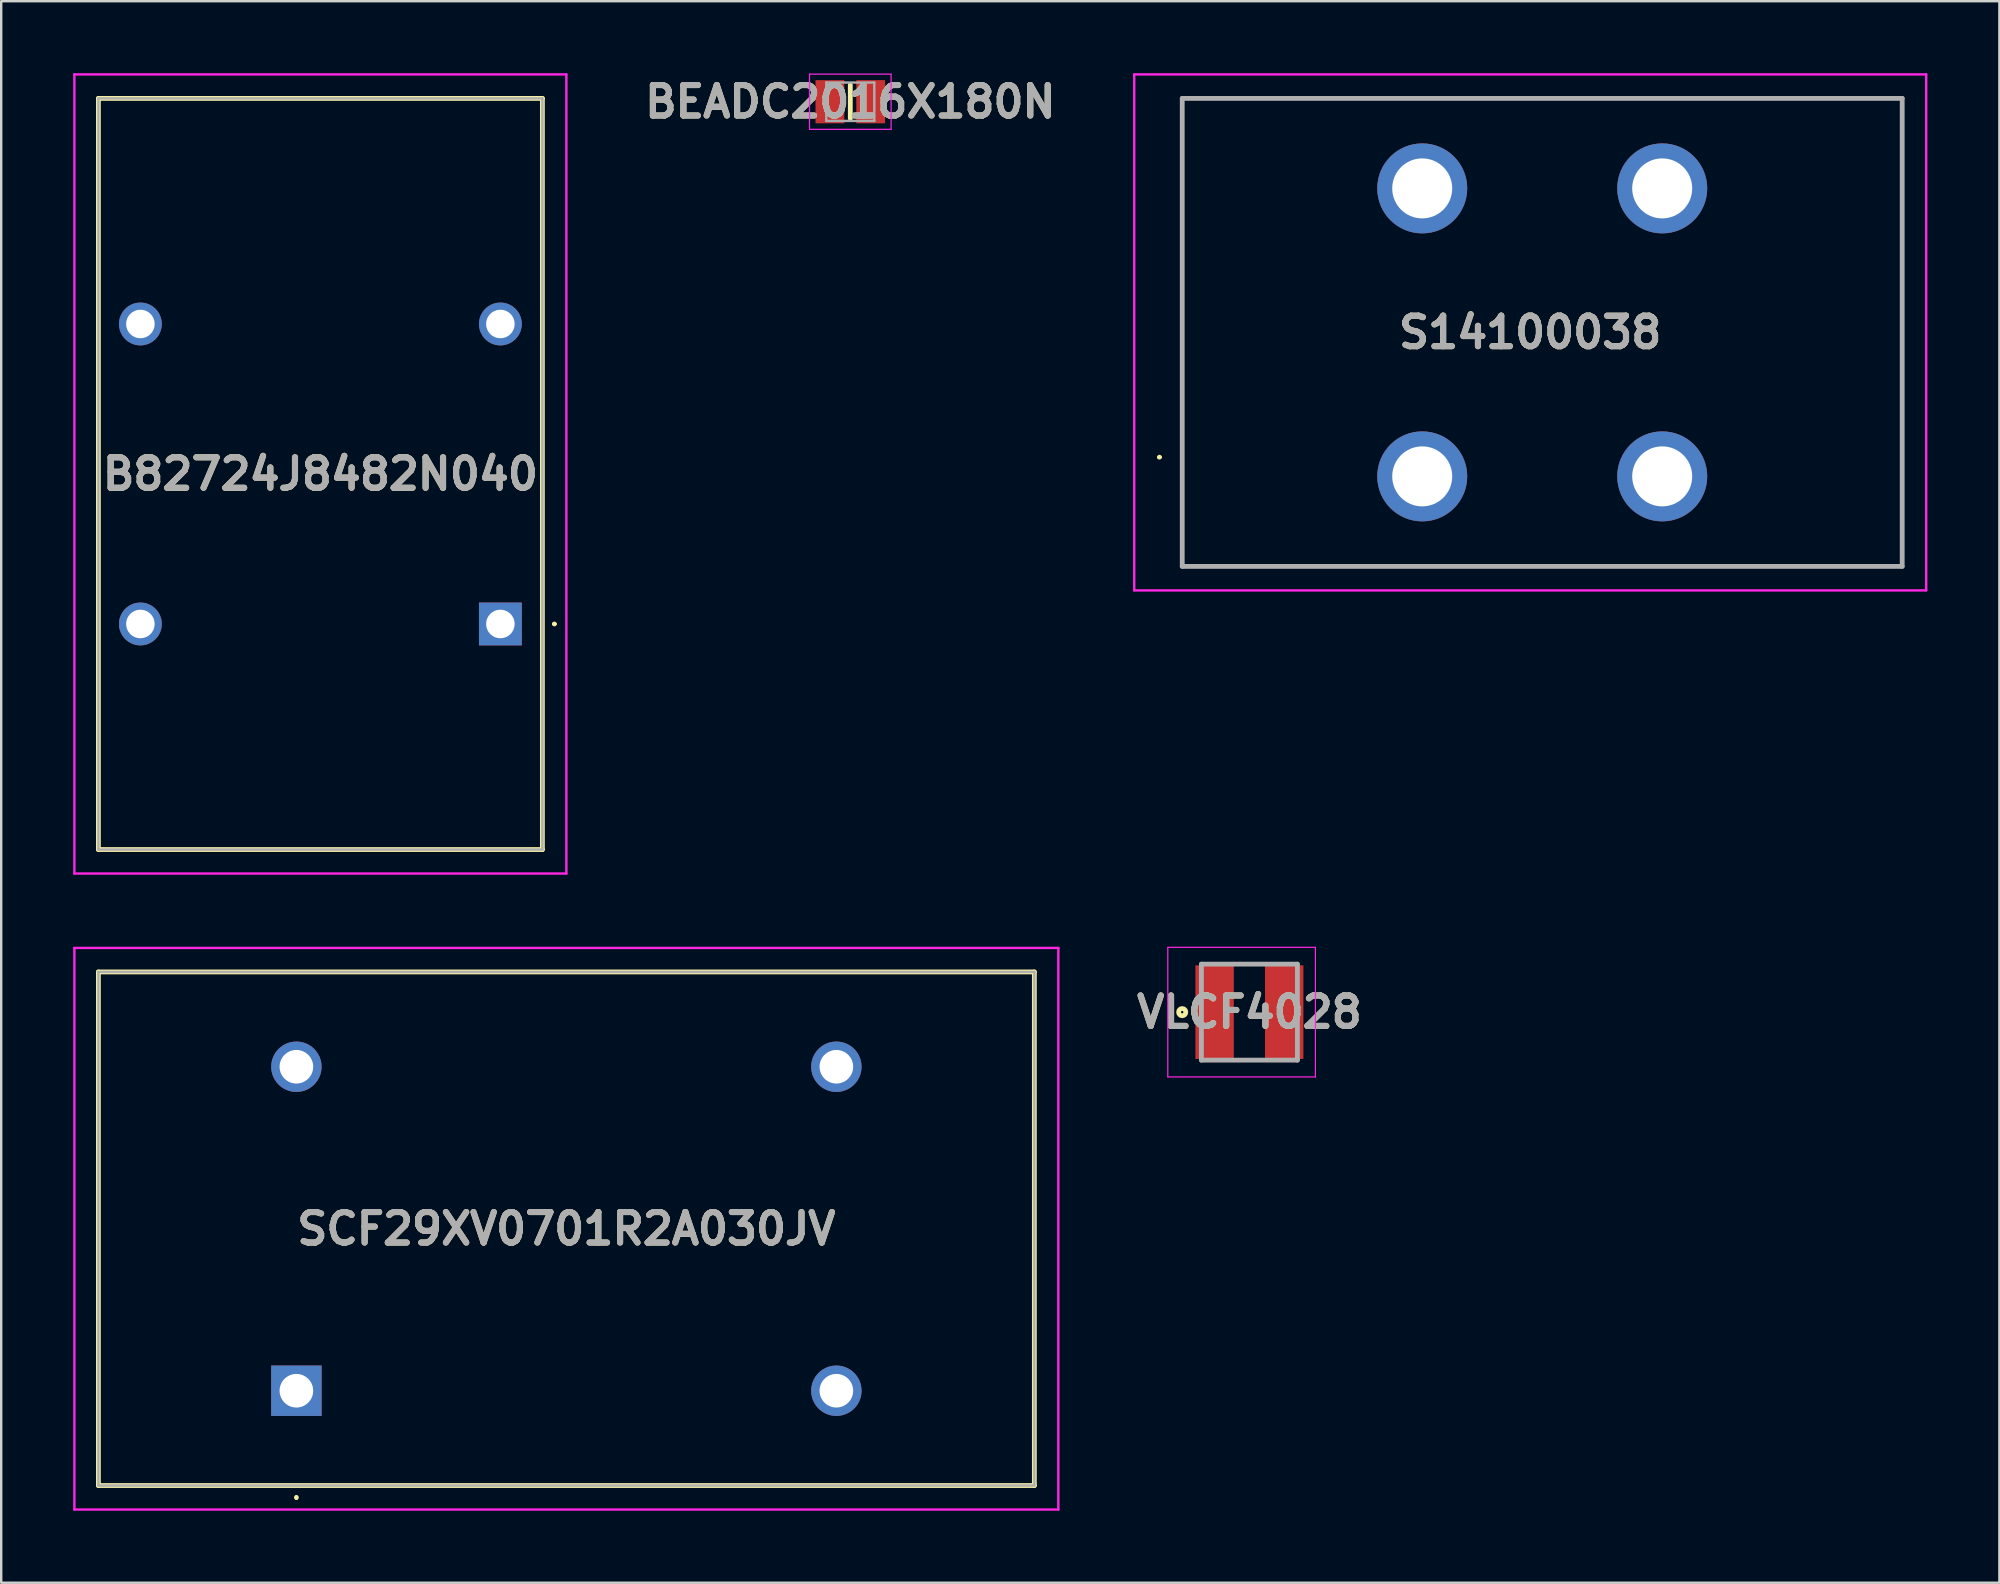
<source format=kicad_pcb>
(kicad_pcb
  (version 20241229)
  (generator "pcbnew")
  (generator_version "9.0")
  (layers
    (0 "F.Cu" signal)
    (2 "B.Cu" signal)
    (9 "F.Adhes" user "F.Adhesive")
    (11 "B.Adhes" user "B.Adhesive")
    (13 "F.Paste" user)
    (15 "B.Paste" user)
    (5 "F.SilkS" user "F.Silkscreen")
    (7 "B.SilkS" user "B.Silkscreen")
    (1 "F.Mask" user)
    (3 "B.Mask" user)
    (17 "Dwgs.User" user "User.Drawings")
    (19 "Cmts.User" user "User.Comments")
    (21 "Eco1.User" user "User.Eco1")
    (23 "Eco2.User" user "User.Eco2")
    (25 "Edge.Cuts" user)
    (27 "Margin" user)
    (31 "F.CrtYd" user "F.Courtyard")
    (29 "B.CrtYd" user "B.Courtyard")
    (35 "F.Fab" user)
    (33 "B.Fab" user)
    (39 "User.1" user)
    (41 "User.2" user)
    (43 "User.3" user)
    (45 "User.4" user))
  (footprint "VLCF4028"
    (layer "F.Cu")
    (at 49.011 39.125)
    (property "Reference" "VLCF4028" (at 0 0 0) (layer "F.SilkS") (effects (font (size 1.27 1.27) (thickness 0.254))))
    (attr smd)
    (fp_circle (center -2.8 0) (end -2.8 0.05) (stroke (width 0.2) (type solid)) (fill no) (layer "F.SilkS"))
    (fp_line (start -3.4 -2.7) (end 2.75 -2.7) (stroke (width 0.05) (type solid)) (layer "F.CrtYd"))
    (fp_line (start -3.4 2.7) (end -3.4 -2.7) (stroke (width 0.05) (type solid)) (layer "F.CrtYd"))
    (fp_line (start 2.75 -2.7) (end 2.75 2.7) (stroke (width 0.05) (type solid)) (layer "F.CrtYd"))
    (fp_line (start 2.75 2.7) (end -3.4 2.7) (stroke (width 0.05) (type solid)) (layer "F.CrtYd"))
    (fp_line (start -2 -2) (end 2 -2) (stroke (width 0.2) (type solid)) (layer "F.Fab"))
    (fp_line (start -2 2) (end -2 -2) (stroke (width 0.2) (type solid)) (layer "F.Fab"))
    (fp_line (start 2 -2) (end 2 2) (stroke (width 0.2) (type solid)) (layer "F.Fab"))
    (fp_line (start 2 2) (end -2 2) (stroke (width 0.2) (type solid)) (layer "F.Fab"))
    (fp_text user "${REFERENCE}" (at 0 0 0) (layer "F.Fab") (effects (font (size 1.27 1.27) (thickness 0.254))))
    (pad "1" smd rect (at -1.45 0) (size 1.6 3.9) (layers "F.Cu" "F.Mask" "F.Paste"))
    (pad "2" smd rect (at 1.45 0) (size 1.6 3.9) (layers "F.Cu" "F.Mask" "F.Paste")))
  (footprint "SCF29XV0701R2A030JV"
    (layer "F.Cu")
    (at 9.3 54.9)
    (property "Reference" "SCF29XV0701R2A030JV" (at 11.25 -6.75 0) (layer "F.SilkS") (effects (font (size 1.27 1.27) (thickness 0.254))))
    (attr through_hole)
    (fp_line (start -8.25 -17.45) (end 30.75 -17.45) (stroke (width 0.2) (type solid)) (layer "F.SilkS"))
    (fp_line (start -8.25 3.95) (end -8.25 -17.45) (stroke (width 0.2) (type solid)) (layer "F.SilkS"))
    (fp_line (start 0 4.4) (end 0 4.4) (stroke (width 0.1) (type solid)) (layer "F.SilkS"))
    (fp_line (start 0 4.5) (end 0 4.5) (stroke (width 0.1) (type solid)) (layer "F.SilkS"))
    (fp_line (start 30.75 -17.45) (end 30.75 3.95) (stroke (width 0.2) (type solid)) (layer "F.SilkS"))
    (fp_line (start 30.75 3.95) (end -8.25 3.95) (stroke (width 0.2) (type solid)) (layer "F.SilkS"))
    (fp_arc (start 0 4.4) (mid 0.05 4.45) (end 0 4.5) (stroke (width 0.1) (type solid)) (layer "F.SilkS"))
    (fp_arc (start 0 4.5) (mid -0.05 4.45) (end 0 4.4) (stroke (width 0.1) (type solid)) (layer "F.SilkS"))
    (fp_line (start -9.25 -18.45) (end 31.75 -18.45) (stroke (width 0.1) (type solid)) (layer "F.CrtYd"))
    (fp_line (start -9.25 4.95) (end -9.25 -18.45) (stroke (width 0.1) (type solid)) (layer "F.CrtYd"))
    (fp_line (start 31.75 -18.45) (end 31.75 4.95) (stroke (width 0.1) (type solid)) (layer "F.CrtYd"))
    (fp_line (start 31.75 4.95) (end -9.25 4.95) (stroke (width 0.1) (type solid)) (layer "F.CrtYd"))
    (fp_line (start -8.25 -17.45) (end 30.75 -17.45) (stroke (width 0.1) (type solid)) (layer "F.Fab"))
    (fp_line (start -8.25 3.95) (end -8.25 -17.45) (stroke (width 0.1) (type solid)) (layer "F.Fab"))
    (fp_line (start 30.75 -17.45) (end 30.75 3.95) (stroke (width 0.1) (type solid)) (layer "F.Fab"))
    (fp_line (start 30.75 3.95) (end -8.25 3.95) (stroke (width 0.1) (type solid)) (layer "F.Fab"))
    (fp_text user "${REFERENCE}" (at 11.25 -6.75 0) (layer "F.Fab") (effects (font (size 1.27 1.27) (thickness 0.254))))
    (pad "1" thru_hole rect (at 0 0) (size 2.1 2.1) (drill 1.4) (layers "*.Cu" "*.Mask"))
    (pad "2" thru_hole circle (at 22.5 0) (size 2.1 2.1) (drill 1.4) (layers "*.Cu" "*.Mask"))
    (pad "3" thru_hole circle (at 0 -13.5) (size 2.1 2.1) (drill 1.4) (layers "*.Cu" "*.Mask"))
    (pad "4" thru_hole circle (at 22.5 -13.5) (size 2.1 2.1) (drill 1.4) (layers "*.Cu" "*.Mask")))
  (footprint "B82724J8482N040"
    (layer "F.Cu")
    (at 17.8 22.95)
    (property "Reference" "B82724J8482N040" (at -7.5 -6.25 0) (layer "F.SilkS") (effects (font (size 1.27 1.27) (thickness 0.254))))
    (attr through_hole)
    (fp_line (start -16.75 -21.9) (end -16.75 9.4) (stroke (width 0.2) (type solid)) (layer "F.SilkS"))
    (fp_line (start -16.75 9.4) (end 1.75 9.4) (stroke (width 0.2) (type solid)) (layer "F.SilkS"))
    (fp_line (start 1.75 -21.9) (end -16.75 -21.9) (stroke (width 0.2) (type solid)) (layer "F.SilkS"))
    (fp_line (start 1.75 9.4) (end 1.75 -21.9) (stroke (width 0.2) (type solid)) (layer "F.SilkS"))
    (fp_line (start 2.2 0) (end 2.2 0) (stroke (width 0.1) (type solid)) (layer "F.SilkS"))
    (fp_line (start 2.3 0) (end 2.3 0) (stroke (width 0.1) (type solid)) (layer "F.SilkS"))
    (fp_arc (start 2.2 0) (mid 2.25 -0.05) (end 2.3 0) (stroke (width 0.1) (type solid)) (layer "F.SilkS"))
    (fp_arc (start 2.3 0) (mid 2.25 0.05) (end 2.2 0) (stroke (width 0.1) (type solid)) (layer "F.SilkS"))
    (fp_line (start -17.75 -22.9) (end -17.75 10.4) (stroke (width 0.1) (type solid)) (layer "F.CrtYd"))
    (fp_line (start -17.75 10.4) (end 2.75 10.4) (stroke (width 0.1) (type solid)) (layer "F.CrtYd"))
    (fp_line (start 2.75 -22.9) (end -17.75 -22.9) (stroke (width 0.1) (type solid)) (layer "F.CrtYd"))
    (fp_line (start 2.75 10.4) (end 2.75 -22.9) (stroke (width 0.1) (type solid)) (layer "F.CrtYd"))
    (fp_line (start -16.75 -21.9) (end 1.75 -21.9) (stroke (width 0.1) (type solid)) (layer "F.Fab"))
    (fp_line (start -16.75 9.4) (end -16.75 -21.9) (stroke (width 0.1) (type solid)) (layer "F.Fab"))
    (fp_line (start 1.75 -21.9) (end 1.75 9.4) (stroke (width 0.1) (type solid)) (layer "F.Fab"))
    (fp_line (start 1.75 9.4) (end -16.75 9.4) (stroke (width 0.1) (type solid)) (layer "F.Fab"))
    (fp_text user "${REFERENCE}" (at -7.5 -6.25 0) (layer "F.Fab") (effects (font (size 1.27 1.27) (thickness 0.254))))
    (pad "1" thru_hole rect (at 0 0) (size 1.785 1.785) (drill 1.19) (layers "*.Cu" "*.Mask"))
    (pad "2" thru_hole circle (at 0 -12.5) (size 1.785 1.785) (drill 1.19) (layers "*.Cu" "*.Mask"))
    (pad "3" thru_hole circle (at -15 -12.5) (size 1.785 1.785) (drill 1.19) (layers "*.Cu" "*.Mask"))
    (pad "4" thru_hole circle (at -15 0) (size 1.785 1.785) (drill 1.19) (layers "*.Cu" "*.Mask")))
  (footprint "BEADC2016X180N"
    (layer "F.Cu")
    (at 32.381 1.189)
    (property "Reference" "BEADC2016X180N" (at 0 0 0) (layer "F.SilkS") (effects (font (size 1.27 1.27) (thickness 0.254))))
    (attr smd)
    (fp_line (start 0 -0.7) (end 0 0.7) (stroke (width 0.2) (type solid)) (layer "F.SilkS"))
    (fp_line (start -1.7 -1.15) (end 1.7 -1.15) (stroke (width 0.05) (type solid)) (layer "F.CrtYd"))
    (fp_line (start -1.7 1.15) (end -1.7 -1.15) (stroke (width 0.05) (type solid)) (layer "F.CrtYd"))
    (fp_line (start 1.7 -1.15) (end 1.7 1.15) (stroke (width 0.05) (type solid)) (layer "F.CrtYd"))
    (fp_line (start 1.7 1.15) (end -1.7 1.15) (stroke (width 0.05) (type solid)) (layer "F.CrtYd"))
    (fp_line (start -1 -0.8) (end 1 -0.8) (stroke (width 0.1) (type solid)) (layer "F.Fab"))
    (fp_line (start -1 0.8) (end -1 -0.8) (stroke (width 0.1) (type solid)) (layer "F.Fab"))
    (fp_line (start 1 -0.8) (end 1 0.8) (stroke (width 0.1) (type solid)) (layer "F.Fab"))
    (fp_line (start 1 0.8) (end -1 0.8) (stroke (width 0.1) (type solid)) (layer "F.Fab"))
    (fp_text user "${REFERENCE}" (at 0 0 0) (layer "F.Fab") (effects (font (size 1.27 1.27) (thickness 0.254))))
    (pad "1" smd rect (at -0.85 0) (size 1.2 1.8) (layers "F.Cu" "F.Mask" "F.Paste"))
    (pad "2" smd rect (at 0.85 0) (size 1.2 1.8) (layers "F.Cu" "F.Mask" "F.Paste")))
  (footprint "S14100038"
    (layer "F.Cu")
    (at 56.212 16.8)
    (property "Reference" "S14100038" (at 4.5 -6 0) (layer "F.SilkS") (effects (font (size 1.27 1.27) (thickness 0.254))))
    (attr through_hole)
    (fp_line (start -11 -0.8) (end -11 -0.8) (stroke (width 0.1) (type solid)) (layer "F.SilkS"))
    (fp_line (start -10.9 -0.8) (end -10.9 -0.8) (stroke (width 0.1) (type solid)) (layer "F.SilkS"))
    (fp_line (start -10 -15.75) (end -10 3.75) (stroke (width 0.1) (type solid)) (layer "F.SilkS"))
    (fp_line (start -10 3.75) (end 20 3.75) (stroke (width 0.1) (type solid)) (layer "F.SilkS"))
    (fp_line (start 20 -15.75) (end -10 -15.75) (stroke (width 0.1) (type solid)) (layer "F.SilkS"))
    (fp_line (start 20 3.75) (end 20 -15.75) (stroke (width 0.1) (type solid)) (layer "F.SilkS"))
    (fp_arc (start -11 -0.8) (mid -10.95 -0.85) (end -10.9 -0.8) (stroke (width 0.1) (type solid)) (layer "F.SilkS"))
    (fp_arc (start -10.9 -0.8) (mid -10.95 -0.75) (end -11 -0.8) (stroke (width 0.1) (type solid)) (layer "F.SilkS"))
    (fp_line (start -12 -16.75) (end 21 -16.75) (stroke (width 0.1) (type solid)) (layer "F.CrtYd"))
    (fp_line (start -12 4.75) (end -12 -16.75) (stroke (width 0.1) (type solid)) (layer "F.CrtYd"))
    (fp_line (start 21 -16.75) (end 21 4.75) (stroke (width 0.1) (type solid)) (layer "F.CrtYd"))
    (fp_line (start 21 4.75) (end -12 4.75) (stroke (width 0.1) (type solid)) (layer "F.CrtYd"))
    (fp_line (start -10 -15.75) (end -10 3.75) (stroke (width 0.2) (type solid)) (layer "F.Fab"))
    (fp_line (start -10 3.75) (end 20 3.75) (stroke (width 0.2) (type solid)) (layer "F.Fab"))
    (fp_line (start 20 -15.75) (end -10 -15.75) (stroke (width 0.2) (type solid)) (layer "F.Fab"))
    (fp_line (start 20 3.75) (end 20 -15.75) (stroke (width 0.2) (type solid)) (layer "F.Fab"))
    (fp_text user "${REFERENCE}" (at 4.5 -6 0) (layer "F.Fab") (effects (font (size 1.27 1.27) (thickness 0.254))))
    (pad "1" thru_hole circle (at 0 0) (size 3.75 3.75) (drill 2.5) (layers "*.Cu" "*.Mask"))
    (pad "2" thru_hole circle (at 10 0) (size 3.75 3.75) (drill 2.5) (layers "*.Cu" "*.Mask"))
    (pad "3" thru_hole circle (at 10 -12) (size 3.75 3.75) (drill 2.5) (layers "*.Cu" "*.Mask"))
    (pad "4" thru_hole circle (at 0 -12) (size 3.75 3.75) (drill 2.5) (layers "*.Cu" "*.Mask")))
  (gr_rect
    (start -3 -3)
    (end 80.262 62.9)
    (stroke (width 0.1) (type default))
    (fill no)
    (layer "Edge.Cuts")))
</source>
